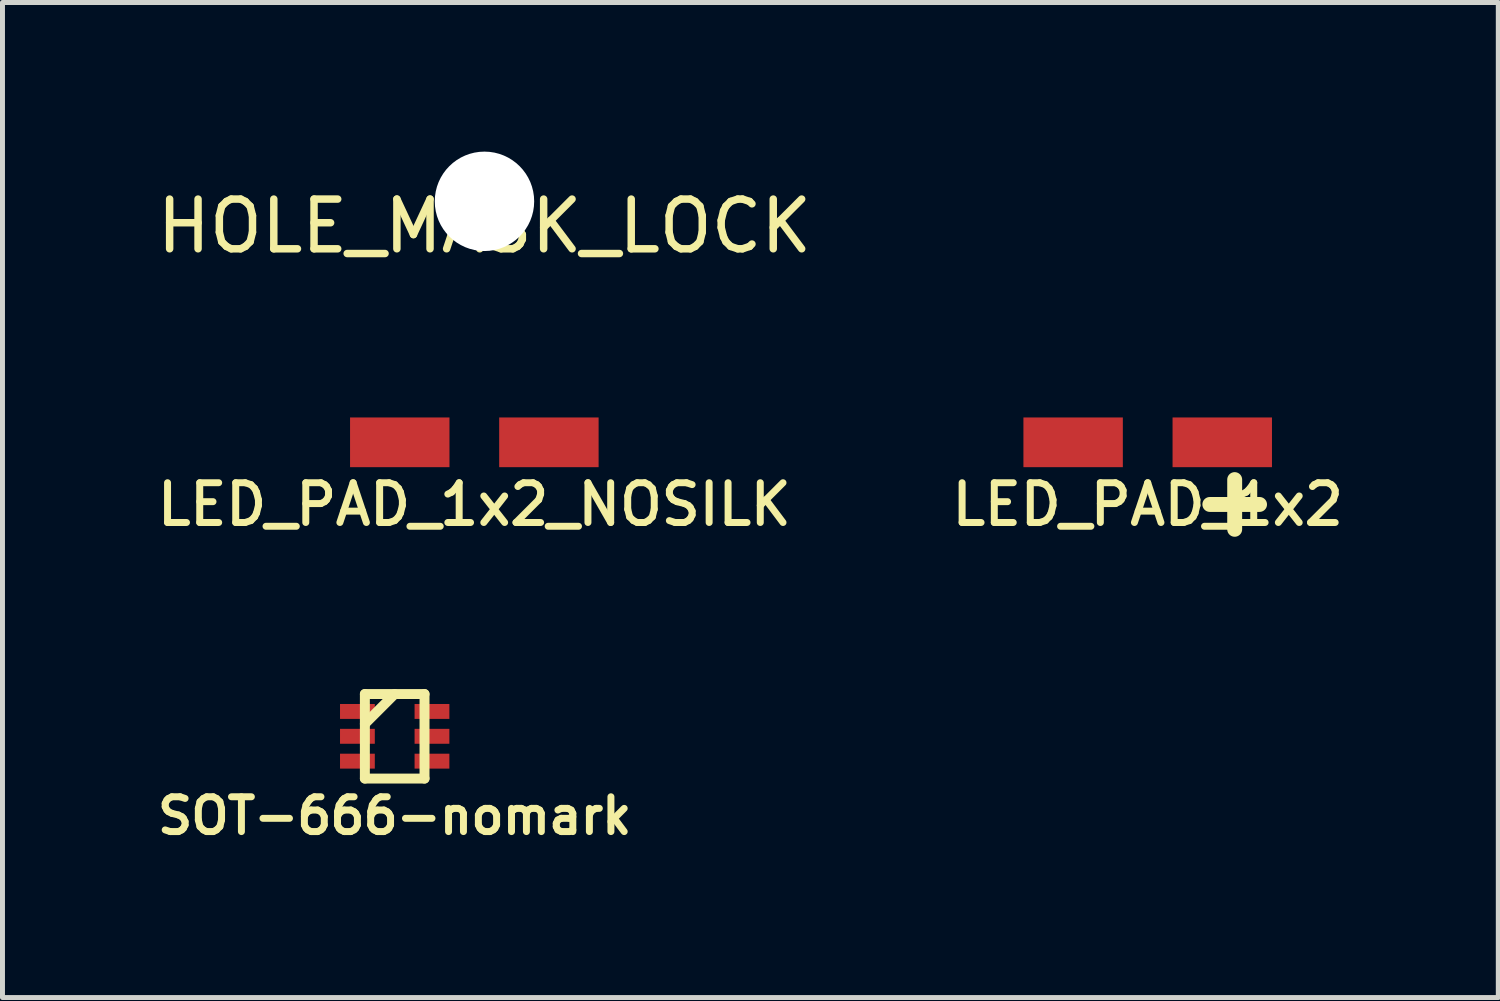
<source format=kicad_pcb>
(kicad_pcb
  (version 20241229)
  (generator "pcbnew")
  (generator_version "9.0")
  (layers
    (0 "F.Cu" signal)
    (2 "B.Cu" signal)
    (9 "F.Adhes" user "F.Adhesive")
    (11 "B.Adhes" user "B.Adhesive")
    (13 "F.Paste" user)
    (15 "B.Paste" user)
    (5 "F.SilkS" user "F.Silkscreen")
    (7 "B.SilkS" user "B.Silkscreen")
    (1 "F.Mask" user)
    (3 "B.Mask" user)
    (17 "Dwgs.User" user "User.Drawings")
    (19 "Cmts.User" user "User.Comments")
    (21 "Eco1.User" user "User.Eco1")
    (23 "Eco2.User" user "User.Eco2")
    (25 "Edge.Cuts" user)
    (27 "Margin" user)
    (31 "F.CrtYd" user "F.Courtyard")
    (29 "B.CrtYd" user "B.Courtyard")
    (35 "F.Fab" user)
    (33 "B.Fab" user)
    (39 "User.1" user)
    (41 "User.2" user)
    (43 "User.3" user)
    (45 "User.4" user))
  (footprint "LED_PAD_1x2"
    (layer "F.Cu")
    (at 20.038 5.848)
    (property "Reference" "LED_PAD_1x2" (at 0 1.25 0) (layer "F.SilkS") (effects (font (size 0.8 0.8) (thickness 0.14))))
    (attr through_hole)
    (fp_line (start 1.25 1.25) (end 2.25 1.25) (stroke (width 0.3) (type solid)) (layer "F.SilkS"))
    (fp_line (start 1.75 0.75) (end 1.75 1.75) (stroke (width 0.3) (type solid)) (layer "F.SilkS"))
    (pad "1" smd rect (at -1.5 0) (size 2 1) (layers "F.Cu" "F.Mask" "F.Paste"))
    (pad "2" smd rect (at 1.5 0) (size 2 1) (layers "F.Cu" "F.Mask" "F.Paste")))
  (footprint "SOT-666-nomark"
    (layer "F.Cu")
    (at 4.89 11.762)
    (property "Reference" "SOT-666-nomark" (at 0 1.6 0) (layer "F.SilkS") (effects (font (size 0.7 0.7) (thickness 0.14))))
    (attr smd)
    (fp_line (start -0.6 -0.85) (end -0.6 0.85) (stroke (width 0.2) (type solid)) (layer "F.SilkS"))
    (fp_line (start 0 -0.85) (end -0.6 -0.25) (stroke (width 0.2) (type solid)) (layer "F.SilkS"))
    (fp_line (start 0.6 -0.85) (end -0.6 -0.85) (stroke (width 0.2) (type solid)) (layer "F.SilkS"))
    (fp_line (start 0.6 0.85) (end -0.6 0.85) (stroke (width 0.2) (type solid)) (layer "F.SilkS"))
    (fp_line (start 0.6 0.85) (end 0.6 -0.85) (stroke (width 0.2) (type solid)) (layer "F.SilkS"))
    (pad "1" smd rect (at -0.75 -0.5 270) (size 0.3 0.7) (layers "F.Cu" "F.Mask" "F.Paste"))
    (pad "2" smd rect (at -0.75 0 270) (size 0.3 0.7) (layers "F.Cu" "F.Mask" "F.Paste"))
    (pad "3" smd rect (at -0.75 0.5 270) (size 0.3 0.7) (layers "F.Cu" "F.Mask" "F.Paste"))
    (pad "4" smd rect (at 0.75 0.5 270) (size 0.3 0.7) (layers "F.Cu" "F.Mask" "F.Paste"))
    (pad "5" smd rect (at 0.75 0 270) (size 0.3 0.7) (layers "F.Cu" "F.Mask" "F.Paste"))
    (pad "6" smd rect (at 0.75 -0.5 270) (size 0.3 0.7) (layers "F.Cu" "F.Mask" "F.Paste")))
  (footprint "LED_PAD_1x2_NOSILK"
    (layer "F.Cu")
    (at 6.492 5.848)
    (property "Reference" "LED_PAD_1x2_NOSILK" (at 0 1.25 0) (layer "F.SilkS") (effects (font (size 0.8 0.8) (thickness 0.14))))
    (attr through_hole)
    (pad "1" smd rect (at -1.5 0) (size 2 1) (layers "F.Cu" "F.Mask" "F.Paste"))
    (pad "2" smd rect (at 1.5 0) (size 2 1) (layers "F.Cu" "F.Mask" "F.Paste")))
  (footprint "HOLE_MASK_LOCK"
    (layer "F.Cu")
    (at 6.696 1)
    (property "Reference" "HOLE_MASK_LOCK" (at 0 0.5 0) (layer "F.SilkS") (effects (font (size 1 1) (thickness 0.15))))
    (attr through_hole)
    (pad "" np_thru_hole circle (at 0 0) (size 2 2) (drill 2) (layers "*.Cu" "*.Paste" "*.Mask")))
  (gr_rect
    (start -3 -3)
    (end 27.091 17.017)
    (stroke (width 0.1) (type default))
    (fill no)
    (layer "Edge.Cuts")))
</source>
